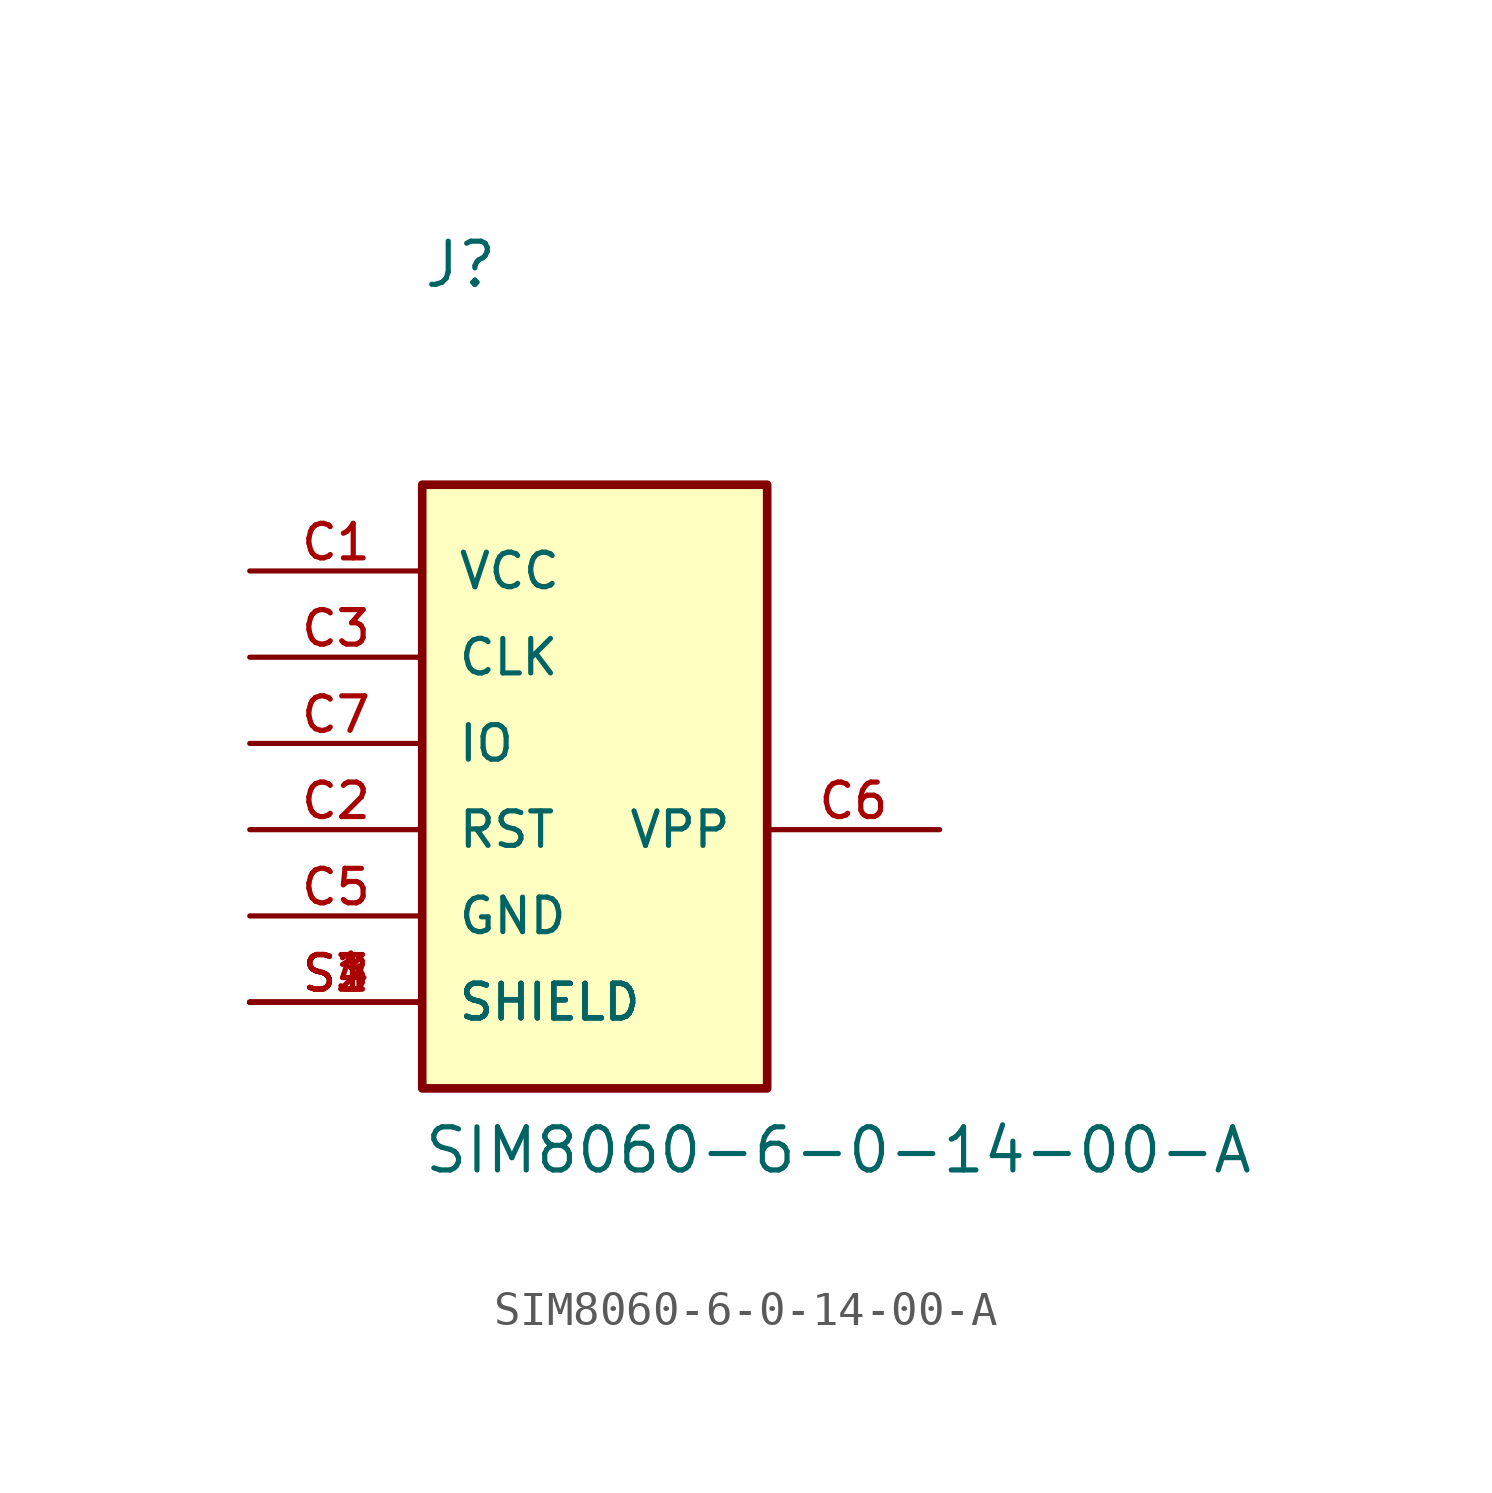
<source format=kicad_sym>
(kicad_symbol_lib
  (version 20211014)
  (generator kicad_symbol_editor)
  (symbol "SIM8060-6-0-14-00-A"
    (pin_names
      (offset 1.016))
    (property "Reference" "J"
      (at -5.08 13.36 0)
      (effects (font (size 1.27 1.27)) (justify left bottom)))
    (property "Value" "SIM8060-6-0-14-00-A"
      (at -5.08 -12.725 0)
      (effects (font (size 1.27 1.27)) (justify left bottom)))
    (property "ki_locked" ""
      (at 0 0 0)
      (effects (font (size 1.27 1.27))))
    (symbol "SIM8060-6-0-14-00-A_0_0"
      (rectangle (start -5.08 7.62) (end 5.08 -10.16) (stroke (width 0.254) (type default) (color 0 0 0 0)) (fill (type background)))
      (pin passive line (at -10.16 5.08 0) (length 5.08) (name "VCC" (effects (font (size 1.016 1.016)))) (number "C1" (effects (font (size 1.016 1.016)))))
      (pin passive line (at -10.16 -2.54 0) (length 5.08) (name "RST" (effects (font (size 1.016 1.016)))) (number "C2" (effects (font (size 1.016 1.016)))))
      (pin passive line (at -10.16 2.54 0) (length 5.08) (name "CLK" (effects (font (size 1.016 1.016)))) (number "C3" (effects (font (size 1.016 1.016)))))
      (pin passive line (at -10.16 -5.08 0) (length 5.08) (name "GND" (effects (font (size 1.016 1.016)))) (number "C5" (effects (font (size 1.016 1.016)))))
      (pin passive line (at 10.16 -2.54 180) (length 5.08) (name "VPP" (effects (font (size 1.016 1.016)))) (number "C6" (effects (font (size 1.016 1.016)))))
      (pin passive line (at -10.16 0 0) (length 5.08) (name "IO" (effects (font (size 1.016 1.016)))) (number "C7" (effects (font (size 1.016 1.016)))))
      (pin passive line (at -10.16 -7.62 0) (length 5.08) (name "SHIELD" (effects (font (size 1.016 1.016)))) (number "S1" (effects (font (size 1.016 1.016)))))
      (pin passive line (at -10.16 -7.62 0) (length 5.08) (name "SHIELD" (effects (font (size 1.016 1.016)))) (number "S2" (effects (font (size 1.016 1.016)))))
      (pin passive line (at -10.16 -7.62 0) (length 5.08) (name "SHIELD" (effects (font (size 1.016 1.016)))) (number "S3" (effects (font (size 1.016 1.016)))))
      (pin passive line (at -10.16 -7.62 0) (length 5.08) (name "SHIELD" (effects (font (size 1.016 1.016)))) (number "S4" (effects (font (size 1.016 1.016))))))))
</source>
